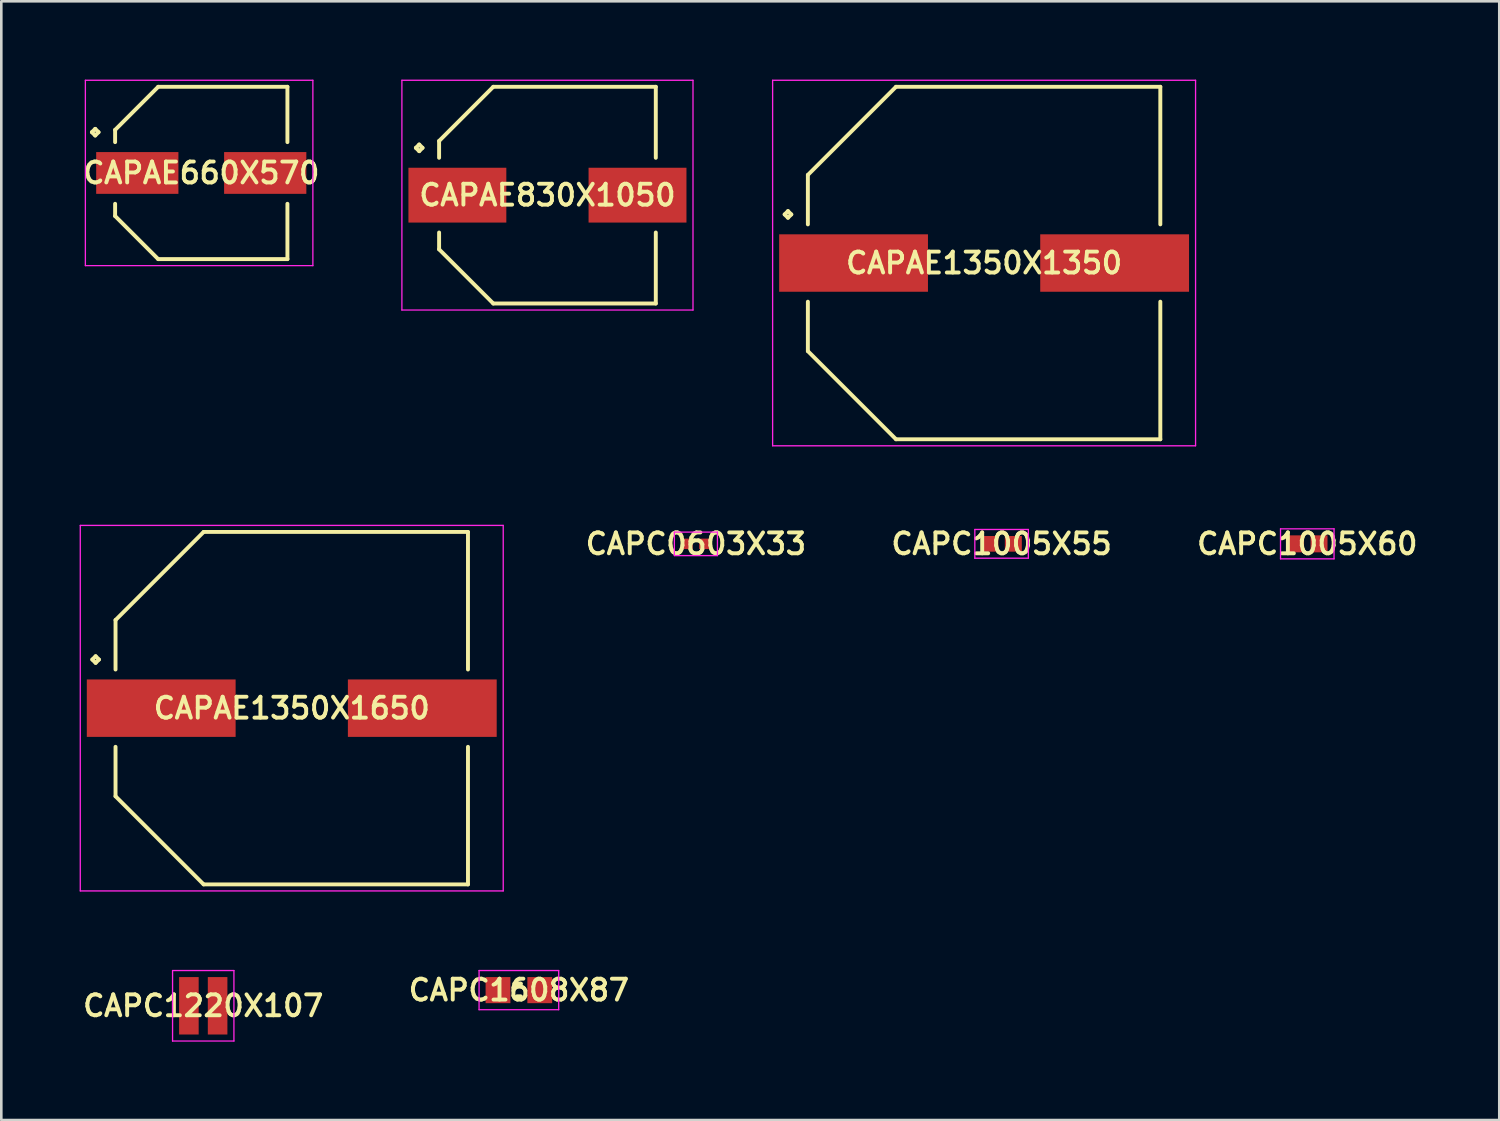
<source format=kicad_pcb>
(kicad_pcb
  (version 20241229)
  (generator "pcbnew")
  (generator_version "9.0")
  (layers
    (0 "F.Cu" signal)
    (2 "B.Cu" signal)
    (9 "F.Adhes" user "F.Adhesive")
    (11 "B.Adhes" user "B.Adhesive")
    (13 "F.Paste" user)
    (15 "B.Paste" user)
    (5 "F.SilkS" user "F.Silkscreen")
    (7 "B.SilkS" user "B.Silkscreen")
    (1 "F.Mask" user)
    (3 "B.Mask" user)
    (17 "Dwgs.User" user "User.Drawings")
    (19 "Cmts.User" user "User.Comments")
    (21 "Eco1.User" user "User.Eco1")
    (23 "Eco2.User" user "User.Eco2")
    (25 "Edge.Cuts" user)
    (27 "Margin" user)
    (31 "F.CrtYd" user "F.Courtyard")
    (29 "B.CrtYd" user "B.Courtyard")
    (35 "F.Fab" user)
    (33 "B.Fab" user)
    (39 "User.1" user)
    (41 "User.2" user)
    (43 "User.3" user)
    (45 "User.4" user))
  (footprint "CAPC1005X60"
    (layer "F.Cu")
    (at 47.023 17.781)
    (property "Reference" "CAPC1005X60" (at 0 0 0) (layer "F.SilkS") (effects (font (size 0.8 0.8) (thickness 0.15))))
    (attr smd)
    (fp_line (start -1.025 -0.575) (end 1.025 -0.575) (stroke (width 0.05) (type solid)) (layer "F.CrtYd"))
    (fp_line (start -1.025 0.575) (end -1.025 -0.575) (stroke (width 0.05) (type solid)) (layer "F.CrtYd"))
    (fp_line (start 1.025 -0.575) (end 1.025 0.575) (stroke (width 0.05) (type solid)) (layer "F.CrtYd"))
    (fp_line (start 1.025 0.575) (end -1.025 0.575) (stroke (width 0.05) (type solid)) (layer "F.CrtYd"))
    (pad "1" smd rect (at -0.45 0) (size 0.65 0.65) (layers "F.Cu" "F.Mask" "F.Paste"))
    (pad "2" smd rect (at 0.45 0) (size 0.65 0.65) (layers "F.Cu" "F.Mask" "F.Paste")))
  (footprint "CAPC1220X107"
    (layer "F.Cu")
    (at 4.735 35.475)
    (property "Reference" "CAPC1220X107" (at 0 0 0) (layer "F.SilkS") (effects (font (size 0.8 0.8) (thickness 0.15))))
    (attr smd)
    (fp_line (start -1.175 -1.35) (end 1.175 -1.35) (stroke (width 0.05) (type solid)) (layer "F.CrtYd"))
    (fp_line (start -1.175 1.35) (end -1.175 -1.35) (stroke (width 0.05) (type solid)) (layer "F.CrtYd"))
    (fp_line (start 1.175 -1.35) (end 1.175 1.35) (stroke (width 0.05) (type solid)) (layer "F.CrtYd"))
    (fp_line (start 1.175 1.35) (end -1.175 1.35) (stroke (width 0.05) (type solid)) (layer "F.CrtYd"))
    (pad "1" smd rect (at -0.55 0) (size 0.75 2.2) (layers "F.Cu" "F.Mask" "F.Paste"))
    (pad "2" smd rect (at 0.55 0) (size 0.75 2.2) (layers "F.Cu" "F.Mask" "F.Paste")))
  (footprint "CAPAE830X1050"
    (layer "F.Cu")
    (at 17.919 4.425)
    (property "Reference" "CAPAE830X1050" (at 0 0 0) (layer "F.SilkS") (effects (font (size 0.8 0.8) (thickness 0.15))))
    (attr smd)
    (fp_line (start -5.039 -1.812) (end -4.912 -1.939) (stroke (width 0.15) (type solid)) (layer "F.SilkS"))
    (fp_line (start -4.912 -1.939) (end -4.785 -1.812) (stroke (width 0.15) (type solid)) (layer "F.SilkS"))
    (fp_line (start -4.912 -1.685) (end -5.039 -1.812) (stroke (width 0.15) (type solid)) (layer "F.SilkS"))
    (fp_line (start -4.785 -1.812) (end -4.912 -1.685) (stroke (width 0.15) (type solid)) (layer "F.SilkS"))
    (fp_line (start -4.15 -2.075) (end -4.15 -1.431) (stroke (width 0.15) (type solid)) (layer "F.SilkS"))
    (fp_line (start -4.15 2.075) (end -4.15 1.431) (stroke (width 0.15) (type solid)) (layer "F.SilkS"))
    (fp_line (start -2.075 -4.15) (end -4.15 -2.075) (stroke (width 0.15) (type solid)) (layer "F.SilkS"))
    (fp_line (start -2.075 4.15) (end -4.15 2.075) (stroke (width 0.15) (type solid)) (layer "F.SilkS"))
    (fp_line (start 4.15 -4.15) (end -2.075 -4.15) (stroke (width 0.15) (type solid)) (layer "F.SilkS"))
    (fp_line (start 4.15 -1.431) (end 4.15 -4.15) (stroke (width 0.15) (type solid)) (layer "F.SilkS"))
    (fp_line (start 4.15 1.431) (end 4.15 4.15) (stroke (width 0.15) (type solid)) (layer "F.SilkS"))
    (fp_line (start 4.15 4.15) (end -2.075 4.15) (stroke (width 0.15) (type solid)) (layer "F.SilkS"))
    (fp_line (start -5.575 -4.4) (end 5.575 -4.4) (stroke (width 0.05) (type solid)) (layer "F.CrtYd"))
    (fp_line (start -5.575 4.4) (end -5.575 -4.4) (stroke (width 0.05) (type solid)) (layer "F.CrtYd"))
    (fp_line (start 5.575 -4.4) (end 5.575 4.4) (stroke (width 0.05) (type solid)) (layer "F.CrtYd"))
    (fp_line (start 5.575 4.4) (end -5.575 4.4) (stroke (width 0.05) (type solid)) (layer "F.CrtYd"))
    (pad "1" smd rect (at -3.45 0) (size 3.75 2.1) (layers "F.Cu" "F.Mask" "F.Paste"))
    (pad "2" smd rect (at 3.45 0) (size 3.75 2.1) (layers "F.Cu" "F.Mask" "F.Paste")))
  (footprint "CAPC1005X55"
    (layer "F.Cu")
    (at 35.314 17.781)
    (property "Reference" "CAPC1005X55" (at 0 0 0) (layer "F.SilkS") (effects (font (size 0.8 0.8) (thickness 0.15))))
    (attr smd)
    (fp_line (start -1.025 -0.55) (end 1.025 -0.55) (stroke (width 0.05) (type solid)) (layer "F.CrtYd"))
    (fp_line (start -1.025 0.55) (end -1.025 -0.55) (stroke (width 0.05) (type solid)) (layer "F.CrtYd"))
    (fp_line (start 1.025 -0.55) (end 1.025 0.55) (stroke (width 0.05) (type solid)) (layer "F.CrtYd"))
    (fp_line (start 1.025 0.55) (end -1.025 0.55) (stroke (width 0.05) (type solid)) (layer "F.CrtYd"))
    (pad "1" smd rect (at -0.45 0) (size 0.65 0.6) (layers "F.Cu" "F.Mask" "F.Paste"))
    (pad "2" smd rect (at 0.45 0) (size 0.65 0.6) (layers "F.Cu" "F.Mask" "F.Paste")))
  (footprint "CAPC0603X33"
    (layer "F.Cu")
    (at 23.605 17.781)
    (property "Reference" "CAPC0603X33" (at 0 0 0) (layer "F.SilkS") (effects (font (size 0.8 0.8) (thickness 0.15))))
    (attr smd)
    (fp_line (start -0.825 -0.45) (end 0.825 -0.45) (stroke (width 0.05) (type solid)) (layer "F.CrtYd"))
    (fp_line (start -0.825 0.45) (end -0.825 -0.45) (stroke (width 0.05) (type solid)) (layer "F.CrtYd"))
    (fp_line (start 0.825 -0.45) (end 0.825 0.45) (stroke (width 0.05) (type solid)) (layer "F.CrtYd"))
    (fp_line (start 0.825 0.45) (end -0.825 0.45) (stroke (width 0.05) (type solid)) (layer "F.CrtYd"))
    (pad "1" smd rect (at -0.35 0) (size 0.45 0.4) (layers "F.Cu" "F.Mask" "F.Paste"))
    (pad "2" smd rect (at 0.35 0) (size 0.45 0.4) (layers "F.Cu" "F.Mask" "F.Paste")))
  (footprint "CAPAE660X570"
    (layer "F.Cu")
    (at 4.659 3.575)
    (property "Reference" "CAPAE660X570" (at 0 0 0) (layer "F.SilkS") (effects (font (size 0.8 0.8) (thickness 0.15))))
    (attr smd)
    (fp_line (start -4.189 -1.562) (end -4.062 -1.689) (stroke (width 0.15) (type solid)) (layer "F.SilkS"))
    (fp_line (start -4.062 -1.689) (end -3.935 -1.562) (stroke (width 0.15) (type solid)) (layer "F.SilkS"))
    (fp_line (start -4.062 -1.435) (end -4.189 -1.562) (stroke (width 0.15) (type solid)) (layer "F.SilkS"))
    (fp_line (start -3.935 -1.562) (end -4.062 -1.435) (stroke (width 0.15) (type solid)) (layer "F.SilkS"))
    (fp_line (start -3.3 -1.65) (end -3.3 -1.181) (stroke (width 0.15) (type solid)) (layer "F.SilkS"))
    (fp_line (start -3.3 1.65) (end -3.3 1.181) (stroke (width 0.15) (type solid)) (layer "F.SilkS"))
    (fp_line (start -1.65 -3.3) (end -3.3 -1.65) (stroke (width 0.15) (type solid)) (layer "F.SilkS"))
    (fp_line (start -1.65 3.3) (end -3.3 1.65) (stroke (width 0.15) (type solid)) (layer "F.SilkS"))
    (fp_line (start 3.3 -3.3) (end -1.65 -3.3) (stroke (width 0.15) (type solid)) (layer "F.SilkS"))
    (fp_line (start 3.3 -1.181) (end 3.3 -3.3) (stroke (width 0.15) (type solid)) (layer "F.SilkS"))
    (fp_line (start 3.3 1.181) (end 3.3 3.3) (stroke (width 0.15) (type solid)) (layer "F.SilkS"))
    (fp_line (start 3.3 3.3) (end -1.65 3.3) (stroke (width 0.15) (type solid)) (layer "F.SilkS"))
    (fp_line (start -4.439 -3.55) (end 4.275 -3.55) (stroke (width 0.05) (type solid)) (layer "F.CrtYd"))
    (fp_line (start -4.439 3.55) (end -4.439 -3.55) (stroke (width 0.05) (type solid)) (layer "F.CrtYd"))
    (fp_line (start 4.275 -3.55) (end 4.275 3.55) (stroke (width 0.05) (type solid)) (layer "F.CrtYd"))
    (fp_line (start 4.275 3.55) (end -4.439 3.55) (stroke (width 0.05) (type solid)) (layer "F.CrtYd"))
    (pad "1" smd rect (at -2.45 0) (size 3.15 1.6) (layers "F.Cu" "F.Mask" "F.Paste"))
    (pad "2" smd rect (at 2.45 0) (size 3.15 1.6) (layers "F.Cu" "F.Mask" "F.Paste")))
  (footprint "CAPAE1350X1350"
    (layer "F.Cu")
    (at 34.644 7.025)
    (property "Reference" "CAPAE1350X1350" (at 0 0 0) (layer "F.SilkS") (effects (font (size 0.8 0.8) (thickness 0.15))))
    (attr smd)
    (fp_line (start -7.639 -1.862) (end -7.512 -1.989) (stroke (width 0.15) (type solid)) (layer "F.SilkS"))
    (fp_line (start -7.512 -1.989) (end -7.385 -1.862) (stroke (width 0.15) (type solid)) (layer "F.SilkS"))
    (fp_line (start -7.512 -1.735) (end -7.639 -1.862) (stroke (width 0.15) (type solid)) (layer "F.SilkS"))
    (fp_line (start -7.385 -1.862) (end -7.512 -1.735) (stroke (width 0.15) (type solid)) (layer "F.SilkS"))
    (fp_line (start -6.75 -3.375) (end -6.75 -1.481) (stroke (width 0.15) (type solid)) (layer "F.SilkS"))
    (fp_line (start -6.75 3.375) (end -6.75 1.481) (stroke (width 0.15) (type solid)) (layer "F.SilkS"))
    (fp_line (start -3.375 -6.75) (end -6.75 -3.375) (stroke (width 0.15) (type solid)) (layer "F.SilkS"))
    (fp_line (start -3.375 6.75) (end -6.75 3.375) (stroke (width 0.15) (type solid)) (layer "F.SilkS"))
    (fp_line (start 6.75 -6.75) (end -3.375 -6.75) (stroke (width 0.15) (type solid)) (layer "F.SilkS"))
    (fp_line (start 6.75 -1.481) (end 6.75 -6.75) (stroke (width 0.15) (type solid)) (layer "F.SilkS"))
    (fp_line (start 6.75 1.481) (end 6.75 6.75) (stroke (width 0.15) (type solid)) (layer "F.SilkS"))
    (fp_line (start 6.75 6.75) (end -3.375 6.75) (stroke (width 0.15) (type solid)) (layer "F.SilkS"))
    (fp_line (start -8.1 -7) (end 8.1 -7) (stroke (width 0.05) (type solid)) (layer "F.CrtYd"))
    (fp_line (start -8.1 7) (end -8.1 -7) (stroke (width 0.05) (type solid)) (layer "F.CrtYd"))
    (fp_line (start 8.1 -7) (end 8.1 7) (stroke (width 0.05) (type solid)) (layer "F.CrtYd"))
    (fp_line (start 8.1 7) (end -8.1 7) (stroke (width 0.05) (type solid)) (layer "F.CrtYd"))
    (pad "1" smd rect (at -5 0) (size 5.7 2.2) (layers "F.Cu" "F.Mask" "F.Paste"))
    (pad "2" smd rect (at 5 0) (size 5.7 2.2) (layers "F.Cu" "F.Mask" "F.Paste")))
  (footprint "CAPC1608X87"
    (layer "F.Cu")
    (at 16.825 34.875)
    (property "Reference" "CAPC1608X87" (at 0 0 0) (layer "F.SilkS") (effects (font (size 0.8 0.8) (thickness 0.15))))
    (attr smd)
    (fp_line (start -0.071 -0.246) (end 0.071 -0.246) (stroke (width 0.15) (type solid)) (layer "F.SilkS"))
    (fp_line (start -0.071 0.246) (end 0.071 0.246) (stroke (width 0.15) (type solid)) (layer "F.SilkS"))
    (fp_line (start 0.071 -0.246) (end -0.071 -0.246) (stroke (width 0.15) (type solid)) (layer "F.SilkS"))
    (fp_line (start 0.071 0.246) (end -0.071 0.246) (stroke (width 0.15) (type solid)) (layer "F.SilkS"))
    (fp_line (start -1.525 -0.75) (end 1.525 -0.75) (stroke (width 0.05) (type solid)) (layer "F.CrtYd"))
    (fp_line (start -1.525 0.75) (end -1.525 -0.75) (stroke (width 0.05) (type solid)) (layer "F.CrtYd"))
    (fp_line (start 1.525 -0.75) (end 1.525 0.75) (stroke (width 0.05) (type solid)) (layer "F.CrtYd"))
    (fp_line (start 1.525 0.75) (end -1.525 0.75) (stroke (width 0.05) (type solid)) (layer "F.CrtYd"))
    (pad "1" smd rect (at -0.8 0) (size 0.95 1) (layers "F.Cu" "F.Mask" "F.Paste"))
    (pad "2" smd rect (at 0.8 0) (size 0.95 1) (layers "F.Cu" "F.Mask" "F.Paste")))
  (footprint "CAPAE1350X1650"
    (layer "F.Cu")
    (at 8.125 24.075)
    (property "Reference" "CAPAE1350X1650" (at 0 0 0) (layer "F.SilkS") (effects (font (size 0.8 0.8) (thickness 0.15))))
    (attr smd)
    (fp_line (start -7.639 -1.862) (end -7.512 -1.989) (stroke (width 0.15) (type solid)) (layer "F.SilkS"))
    (fp_line (start -7.512 -1.989) (end -7.385 -1.862) (stroke (width 0.15) (type solid)) (layer "F.SilkS"))
    (fp_line (start -7.512 -1.735) (end -7.639 -1.862) (stroke (width 0.15) (type solid)) (layer "F.SilkS"))
    (fp_line (start -7.385 -1.862) (end -7.512 -1.735) (stroke (width 0.15) (type solid)) (layer "F.SilkS"))
    (fp_line (start -6.75 -3.375) (end -6.75 -1.481) (stroke (width 0.15) (type solid)) (layer "F.SilkS"))
    (fp_line (start -6.75 3.375) (end -6.75 1.481) (stroke (width 0.15) (type solid)) (layer "F.SilkS"))
    (fp_line (start -3.375 -6.75) (end -6.75 -3.375) (stroke (width 0.15) (type solid)) (layer "F.SilkS"))
    (fp_line (start -3.375 6.75) (end -6.75 3.375) (stroke (width 0.15) (type solid)) (layer "F.SilkS"))
    (fp_line (start 6.75 -6.75) (end -3.375 -6.75) (stroke (width 0.15) (type solid)) (layer "F.SilkS"))
    (fp_line (start 6.75 -1.481) (end 6.75 -6.75) (stroke (width 0.15) (type solid)) (layer "F.SilkS"))
    (fp_line (start 6.75 1.481) (end 6.75 6.75) (stroke (width 0.15) (type solid)) (layer "F.SilkS"))
    (fp_line (start 6.75 6.75) (end -3.375 6.75) (stroke (width 0.15) (type solid)) (layer "F.SilkS"))
    (fp_line (start -8.1 -7) (end 8.1 -7) (stroke (width 0.05) (type solid)) (layer "F.CrtYd"))
    (fp_line (start -8.1 7) (end -8.1 -7) (stroke (width 0.05) (type solid)) (layer "F.CrtYd"))
    (fp_line (start 8.1 -7) (end 8.1 7) (stroke (width 0.05) (type solid)) (layer "F.CrtYd"))
    (fp_line (start 8.1 7) (end -8.1 7) (stroke (width 0.05) (type solid)) (layer "F.CrtYd"))
    (pad "1" smd rect (at -5 0) (size 5.7 2.2) (layers "F.Cu" "F.Mask" "F.Paste"))
    (pad "2" smd rect (at 5 0) (size 5.7 2.2) (layers "F.Cu" "F.Mask" "F.Paste")))
  (gr_rect
    (start -3 -3)
    (end 54.377 39.85)
    (stroke (width 0.1) (type default))
    (fill no)
    (layer "Edge.Cuts")))
</source>
